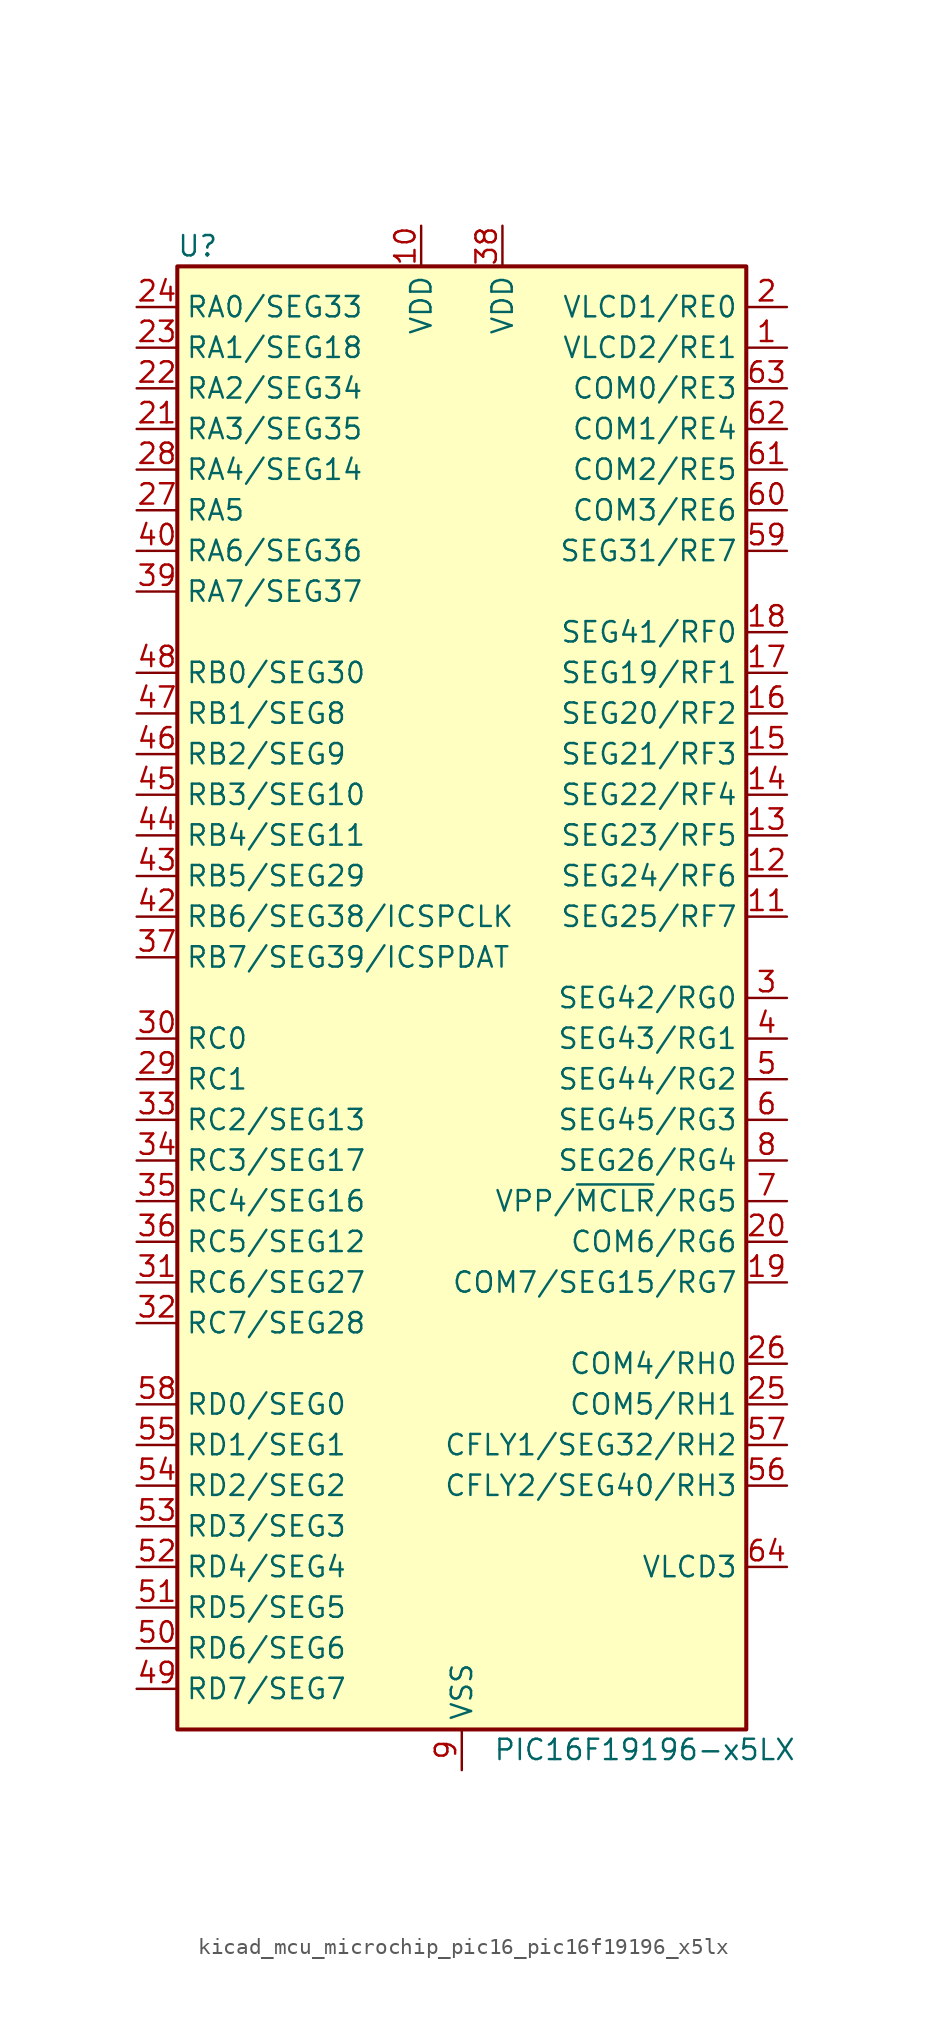
<source format=kicad_sym>
(kicad_symbol_lib
  (version 20220914)
  (generator kicad_symbol_editor)
  (symbol "kicad_mcu_microchip_pic16_pic16f19196_x5lx"
    (property "Reference" "U"
      (at -16.51 46.99 0)
      (effects (font (size 1.27 1.27))))
    (property "Value" "PIC16F19196-x5LX"
      (at 11.43 -46.99 0)
      (effects (font (size 1.27 1.27))))
    (symbol "kicad_mcu_microchip_pic16_pic16f19196_x5lx_0_1"
      (rectangle (start -17.78 45.72) (end 17.78 -45.72) (stroke (width 0.254) (type default)) (fill (type background))))
    (symbol "kicad_mcu_microchip_pic16_pic16f19196_x5lx_1_1"
      (pin bidirectional line (at 20.32 40.64 180) (length 2.54) (name "VLCD2/RE1" (effects (font (size 1.27 1.27)))) (number "1" (effects (font (size 1.27 1.27)))))
      (pin power_in line (at -2.54 48.26 270) (length 2.54) (name "VDD" (effects (font (size 1.27 1.27)))) (number "10" (effects (font (size 1.27 1.27)))))
      (pin bidirectional line (at 20.32 5.08 180) (length 2.54) (name "SEG25/RF7" (effects (font (size 1.27 1.27)))) (number "11" (effects (font (size 1.27 1.27)))))
      (pin bidirectional line (at 20.32 7.62 180) (length 2.54) (name "SEG24/RF6" (effects (font (size 1.27 1.27)))) (number "12" (effects (font (size 1.27 1.27)))))
      (pin bidirectional line (at 20.32 10.16 180) (length 2.54) (name "SEG23/RF5" (effects (font (size 1.27 1.27)))) (number "13" (effects (font (size 1.27 1.27)))))
      (pin bidirectional line (at 20.32 12.7 180) (length 2.54) (name "SEG22/RF4" (effects (font (size 1.27 1.27)))) (number "14" (effects (font (size 1.27 1.27)))))
      (pin bidirectional line (at 20.32 15.24 180) (length 2.54) (name "SEG21/RF3" (effects (font (size 1.27 1.27)))) (number "15" (effects (font (size 1.27 1.27)))))
      (pin bidirectional line (at 20.32 17.78 180) (length 2.54) (name "SEG20/RF2" (effects (font (size 1.27 1.27)))) (number "16" (effects (font (size 1.27 1.27)))))
      (pin bidirectional line (at 20.32 20.32 180) (length 2.54) (name "SEG19/RF1" (effects (font (size 1.27 1.27)))) (number "17" (effects (font (size 1.27 1.27)))))
      (pin bidirectional line (at 20.32 22.86 180) (length 2.54) (name "SEG41/RF0" (effects (font (size 1.27 1.27)))) (number "18" (effects (font (size 1.27 1.27)))))
      (pin bidirectional line (at 20.32 -17.78 180) (length 2.54) (name "COM7/SEG15/RG7" (effects (font (size 1.27 1.27)))) (number "19" (effects (font (size 1.27 1.27)))))
      (pin bidirectional line (at 20.32 43.18 180) (length 2.54) (name "VLCD1/RE0" (effects (font (size 1.27 1.27)))) (number "2" (effects (font (size 1.27 1.27)))))
      (pin bidirectional line (at 20.32 -15.24 180) (length 2.54) (name "COM6/RG6" (effects (font (size 1.27 1.27)))) (number "20" (effects (font (size 1.27 1.27)))))
      (pin bidirectional line (at -20.32 35.56 0) (length 2.54) (name "RA3/SEG35" (effects (font (size 1.27 1.27)))) (number "21" (effects (font (size 1.27 1.27)))))
      (pin bidirectional line (at -20.32 38.1 0) (length 2.54) (name "RA2/SEG34" (effects (font (size 1.27 1.27)))) (number "22" (effects (font (size 1.27 1.27)))))
      (pin bidirectional line (at -20.32 40.64 0) (length 2.54) (name "RA1/SEG18" (effects (font (size 1.27 1.27)))) (number "23" (effects (font (size 1.27 1.27)))))
      (pin bidirectional line (at -20.32 43.18 0) (length 2.54) (name "RA0/SEG33" (effects (font (size 1.27 1.27)))) (number "24" (effects (font (size 1.27 1.27)))))
      (pin bidirectional line (at 20.32 -25.4 180) (length 2.54) (name "COM5/RH1" (effects (font (size 1.27 1.27)))) (number "25" (effects (font (size 1.27 1.27)))))
      (pin bidirectional line (at 20.32 -22.86 180) (length 2.54) (name "COM4/RH0" (effects (font (size 1.27 1.27)))) (number "26" (effects (font (size 1.27 1.27)))))
      (pin bidirectional line (at -20.32 30.48 0) (length 2.54) (name "RA5" (effects (font (size 1.27 1.27)))) (number "27" (effects (font (size 1.27 1.27)))))
      (pin bidirectional line (at -20.32 33.02 0) (length 2.54) (name "RA4/SEG14" (effects (font (size 1.27 1.27)))) (number "28" (effects (font (size 1.27 1.27)))))
      (pin bidirectional line (at -20.32 -5.08 0) (length 2.54) (name "RC1" (effects (font (size 1.27 1.27)))) (number "29" (effects (font (size 1.27 1.27)))))
      (pin bidirectional line (at 20.32 0 180) (length 2.54) (name "SEG42/RG0" (effects (font (size 1.27 1.27)))) (number "3" (effects (font (size 1.27 1.27)))))
      (pin bidirectional line (at -20.32 -2.54 0) (length 2.54) (name "RC0" (effects (font (size 1.27 1.27)))) (number "30" (effects (font (size 1.27 1.27)))))
      (pin bidirectional line (at -20.32 -17.78 0) (length 2.54) (name "RC6/SEG27" (effects (font (size 1.27 1.27)))) (number "31" (effects (font (size 1.27 1.27)))))
      (pin bidirectional line (at -20.32 -20.32 0) (length 2.54) (name "RC7/SEG28" (effects (font (size 1.27 1.27)))) (number "32" (effects (font (size 1.27 1.27)))))
      (pin bidirectional line (at -20.32 -7.62 0) (length 2.54) (name "RC2/SEG13" (effects (font (size 1.27 1.27)))) (number "33" (effects (font (size 1.27 1.27)))))
      (pin bidirectional line (at -20.32 -10.16 0) (length 2.54) (name "RC3/SEG17" (effects (font (size 1.27 1.27)))) (number "34" (effects (font (size 1.27 1.27)))))
      (pin bidirectional line (at -20.32 -12.7 0) (length 2.54) (name "RC4/SEG16" (effects (font (size 1.27 1.27)))) (number "35" (effects (font (size 1.27 1.27)))))
      (pin bidirectional line (at -20.32 -15.24 0) (length 2.54) (name "RC5/SEG12" (effects (font (size 1.27 1.27)))) (number "36" (effects (font (size 1.27 1.27)))))
      (pin bidirectional line (at -20.32 2.54 0) (length 2.54) (name "RB7/SEG39/ICSPDAT" (effects (font (size 1.27 1.27)))) (number "37" (effects (font (size 1.27 1.27)))))
      (pin power_in line (at 2.54 48.26 270) (length 2.54) (name "VDD" (effects (font (size 1.27 1.27)))) (number "38" (effects (font (size 1.27 1.27)))))
      (pin bidirectional line (at -20.32 25.4 0) (length 2.54) (name "RA7/SEG37" (effects (font (size 1.27 1.27)))) (number "39" (effects (font (size 1.27 1.27)))))
      (pin bidirectional line (at 20.32 -2.54 180) (length 2.54) (name "SEG43/RG1" (effects (font (size 1.27 1.27)))) (number "4" (effects (font (size 1.27 1.27)))))
      (pin bidirectional line (at -20.32 27.94 0) (length 2.54) (name "RA6/SEG36" (effects (font (size 1.27 1.27)))) (number "40" (effects (font (size 1.27 1.27)))))
      (pin passive line (at 0 -48.26 90) (length 2.54) hide (name "VSS" (effects (font (size 1.27 1.27)))) (number "41" (effects (font (size 1.27 1.27)))))
      (pin bidirectional line (at -20.32 5.08 0) (length 2.54) (name "RB6/SEG38/ICSPCLK" (effects (font (size 1.27 1.27)))) (number "42" (effects (font (size 1.27 1.27)))))
      (pin bidirectional line (at -20.32 7.62 0) (length 2.54) (name "RB5/SEG29" (effects (font (size 1.27 1.27)))) (number "43" (effects (font (size 1.27 1.27)))))
      (pin bidirectional line (at -20.32 10.16 0) (length 2.54) (name "RB4/SEG11" (effects (font (size 1.27 1.27)))) (number "44" (effects (font (size 1.27 1.27)))))
      (pin bidirectional line (at -20.32 12.7 0) (length 2.54) (name "RB3/SEG10" (effects (font (size 1.27 1.27)))) (number "45" (effects (font (size 1.27 1.27)))))
      (pin bidirectional line (at -20.32 15.24 0) (length 2.54) (name "RB2/SEG9" (effects (font (size 1.27 1.27)))) (number "46" (effects (font (size 1.27 1.27)))))
      (pin bidirectional line (at -20.32 17.78 0) (length 2.54) (name "RB1/SEG8" (effects (font (size 1.27 1.27)))) (number "47" (effects (font (size 1.27 1.27)))))
      (pin bidirectional line (at -20.32 20.32 0) (length 2.54) (name "RB0/SEG30" (effects (font (size 1.27 1.27)))) (number "48" (effects (font (size 1.27 1.27)))))
      (pin bidirectional line (at -20.32 -43.18 0) (length 2.54) (name "RD7/SEG7" (effects (font (size 1.27 1.27)))) (number "49" (effects (font (size 1.27 1.27)))))
      (pin bidirectional line (at 20.32 -5.08 180) (length 2.54) (name "SEG44/RG2" (effects (font (size 1.27 1.27)))) (number "5" (effects (font (size 1.27 1.27)))))
      (pin bidirectional line (at -20.32 -40.64 0) (length 2.54) (name "RD6/SEG6" (effects (font (size 1.27 1.27)))) (number "50" (effects (font (size 1.27 1.27)))))
      (pin bidirectional line (at -20.32 -38.1 0) (length 2.54) (name "RD5/SEG5" (effects (font (size 1.27 1.27)))) (number "51" (effects (font (size 1.27 1.27)))))
      (pin bidirectional line (at -20.32 -35.56 0) (length 2.54) (name "RD4/SEG4" (effects (font (size 1.27 1.27)))) (number "52" (effects (font (size 1.27 1.27)))))
      (pin bidirectional line (at -20.32 -33.02 0) (length 2.54) (name "RD3/SEG3" (effects (font (size 1.27 1.27)))) (number "53" (effects (font (size 1.27 1.27)))))
      (pin bidirectional line (at -20.32 -30.48 0) (length 2.54) (name "RD2/SEG2" (effects (font (size 1.27 1.27)))) (number "54" (effects (font (size 1.27 1.27)))))
      (pin bidirectional line (at -20.32 -27.94 0) (length 2.54) (name "RD1/SEG1" (effects (font (size 1.27 1.27)))) (number "55" (effects (font (size 1.27 1.27)))))
      (pin bidirectional line (at 20.32 -30.48 180) (length 2.54) (name "CFLY2/SEG40/RH3" (effects (font (size 1.27 1.27)))) (number "56" (effects (font (size 1.27 1.27)))))
      (pin bidirectional line (at 20.32 -27.94 180) (length 2.54) (name "CFLY1/SEG32/RH2" (effects (font (size 1.27 1.27)))) (number "57" (effects (font (size 1.27 1.27)))))
      (pin bidirectional line (at -20.32 -25.4 0) (length 2.54) (name "RD0/SEG0" (effects (font (size 1.27 1.27)))) (number "58" (effects (font (size 1.27 1.27)))))
      (pin bidirectional line (at 20.32 27.94 180) (length 2.54) (name "SEG31/RE7" (effects (font (size 1.27 1.27)))) (number "59" (effects (font (size 1.27 1.27)))))
      (pin bidirectional line (at 20.32 -7.62 180) (length 2.54) (name "SEG45/RG3" (effects (font (size 1.27 1.27)))) (number "6" (effects (font (size 1.27 1.27)))))
      (pin bidirectional line (at 20.32 30.48 180) (length 2.54) (name "COM3/RE6" (effects (font (size 1.27 1.27)))) (number "60" (effects (font (size 1.27 1.27)))))
      (pin bidirectional line (at 20.32 33.02 180) (length 2.54) (name "COM2/RE5" (effects (font (size 1.27 1.27)))) (number "61" (effects (font (size 1.27 1.27)))))
      (pin bidirectional line (at 20.32 35.56 180) (length 2.54) (name "COM1/RE4" (effects (font (size 1.27 1.27)))) (number "62" (effects (font (size 1.27 1.27)))))
      (pin bidirectional line (at 20.32 38.1 180) (length 2.54) (name "COM0/RE3" (effects (font (size 1.27 1.27)))) (number "63" (effects (font (size 1.27 1.27)))))
      (pin input line (at 20.32 -35.56 180) (length 2.54) (name "VLCD3" (effects (font (size 1.27 1.27)))) (number "64" (effects (font (size 1.27 1.27)))))
      (pin passive line (at 0 -48.26 90) (length 2.54) hide (name "VSS" (effects (font (size 1.27 1.27)))) (number "65" (effects (font (size 1.27 1.27)))))
      (pin bidirectional line (at 20.32 -12.7 180) (length 2.54) (name "VPP/~{MCLR}/RG5" (effects (font (size 1.27 1.27)))) (number "7" (effects (font (size 1.27 1.27)))))
      (pin bidirectional line (at 20.32 -10.16 180) (length 2.54) (name "SEG26/RG4" (effects (font (size 1.27 1.27)))) (number "8" (effects (font (size 1.27 1.27)))))
      (pin power_in line (at 0 -48.26 90) (length 2.54) (name "VSS" (effects (font (size 1.27 1.27)))) (number "9" (effects (font (size 1.27 1.27))))))))
</source>
